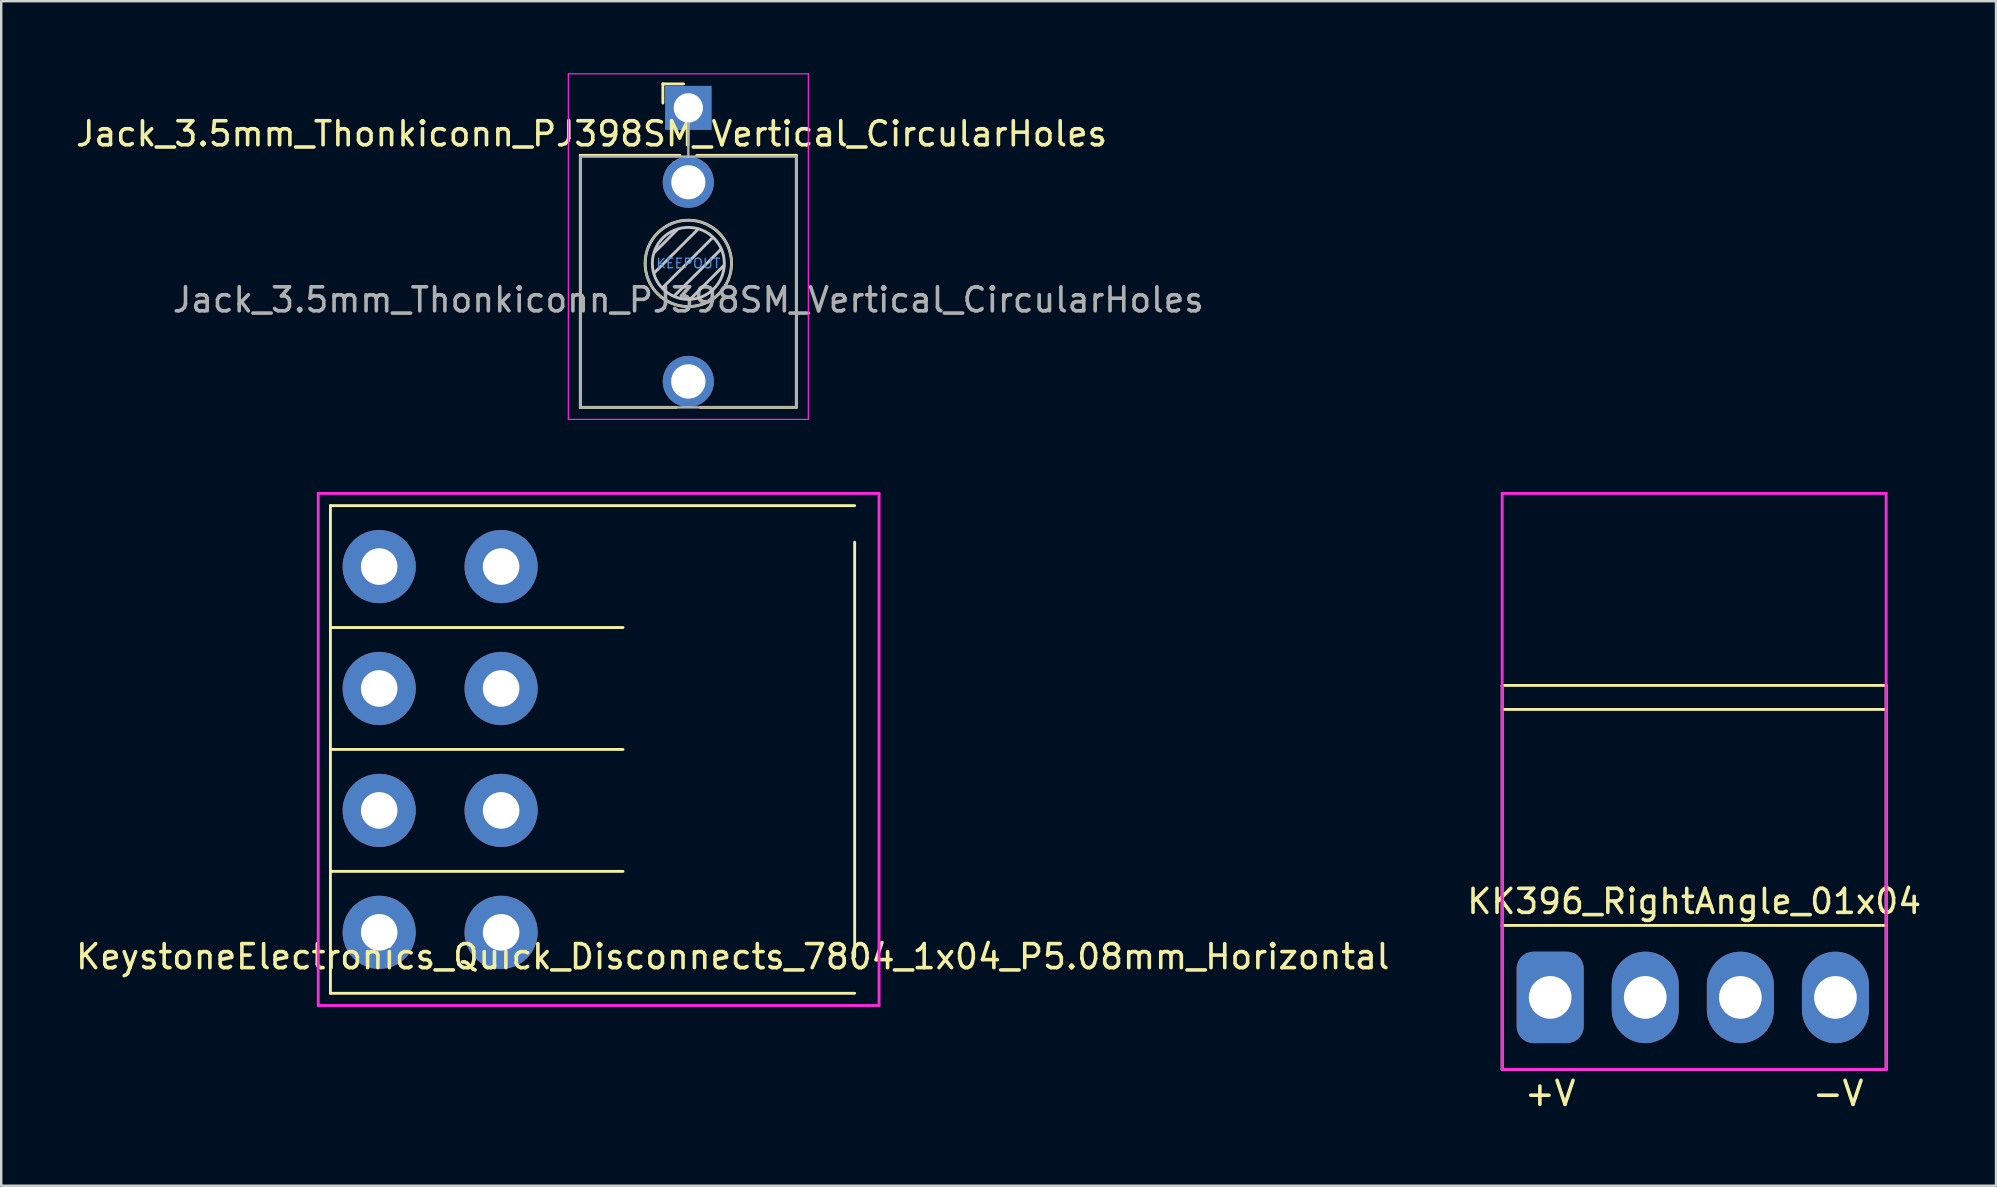
<source format=kicad_pcb>
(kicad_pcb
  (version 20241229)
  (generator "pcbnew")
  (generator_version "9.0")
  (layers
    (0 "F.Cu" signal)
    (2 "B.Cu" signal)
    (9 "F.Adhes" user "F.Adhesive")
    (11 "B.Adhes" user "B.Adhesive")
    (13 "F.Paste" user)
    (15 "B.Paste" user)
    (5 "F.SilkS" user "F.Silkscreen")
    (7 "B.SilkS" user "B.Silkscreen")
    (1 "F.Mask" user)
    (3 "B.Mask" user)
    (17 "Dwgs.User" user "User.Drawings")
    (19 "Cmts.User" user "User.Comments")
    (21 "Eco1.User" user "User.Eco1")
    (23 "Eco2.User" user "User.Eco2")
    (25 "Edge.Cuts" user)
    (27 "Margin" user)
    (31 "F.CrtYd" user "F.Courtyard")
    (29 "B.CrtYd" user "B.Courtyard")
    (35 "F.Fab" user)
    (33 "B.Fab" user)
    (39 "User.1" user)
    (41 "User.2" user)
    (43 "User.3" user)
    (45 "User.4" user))
  (footprint "Jack_3.5mm_Thonkiconn_PJ398SM_Vertical_CircularHoles"
    (layer "F.Cu")
    (at 25.631 1.445)
    (property "Reference" "Jack_3.5mm_Thonkiconn_PJ398SM_Vertical_CircularHoles" (at -4.03 1.08 180) (layer "F.SilkS") (effects (font (size 1 1) (thickness 0.15))))
    (attr through_hole)
    (fp_line (start -4.5 1.98) (end -4.5 12.48) (stroke (width 0.12) (type solid)) (layer "F.SilkS"))
    (fp_line (start -1.06 -1) (end -1.06 -0.2) (stroke (width 0.12) (type solid)) (layer "F.SilkS"))
    (fp_line (start -1.06 -1) (end -0.2 -1) (stroke (width 0.12) (type solid)) (layer "F.SilkS"))
    (fp_line (start -0.5 12.48) (end -4.5 12.48) (stroke (width 0.12) (type solid)) (layer "F.SilkS"))
    (fp_line (start -0.35 1.98) (end -4.5 1.98) (stroke (width 0.12) (type solid)) (layer "F.SilkS"))
    (fp_line (start 4.5 1.98) (end 0.35 1.98) (stroke (width 0.12) (type solid)) (layer "F.SilkS"))
    (fp_line (start 4.5 1.98) (end 4.5 12.48) (stroke (width 0.12) (type solid)) (layer "F.SilkS"))
    (fp_line (start 4.5 12.48) (end 0.5 12.48) (stroke (width 0.12) (type solid)) (layer "F.SilkS"))
    (fp_circle (center 0 6.48) (end 1.8 6.48) (stroke (width 0.12) (type solid)) (fill no) (layer "F.SilkS"))
    (fp_line (start -1.42 6.875) (end 0.4 5.06) (stroke (width 0.12) (type solid)) (layer "Dwgs.User"))
    (fp_line (start -1.41 6.02) (end -0.46 5.07) (stroke (width 0.12) (type solid)) (layer "Dwgs.User"))
    (fp_line (start -1.07 7.49) (end 1.01 5.41) (stroke (width 0.12) (type solid)) (layer "Dwgs.User"))
    (fp_line (start -0.58 7.83) (end 1.36 5.89) (stroke (width 0.12) (type solid)) (layer "Dwgs.User"))
    (fp_line (start 0.09 7.96) (end 1.48 6.57) (stroke (width 0.12) (type solid)) (layer "Dwgs.User"))
    (fp_circle (center 0 6.48) (end 1.5 6.48) (stroke (width 0.12) (type solid)) (fill no) (layer "Dwgs.User"))
    (fp_line (start -5 12.98) (end -5 -1.42) (stroke (width 0.05) (type solid)) (layer "F.CrtYd"))
    (fp_line (start 5 -1.42) (end -5 -1.42) (stroke (width 0.05) (type solid)) (layer "F.CrtYd"))
    (fp_line (start 5 12.98) (end -5 12.98) (stroke (width 0.05) (type solid)) (layer "F.CrtYd"))
    (fp_line (start 5 12.98) (end 5 -1.42) (stroke (width 0.05) (type solid)) (layer "F.CrtYd"))
    (fp_line (start -4.5 12.48) (end -4.5 2.08) (stroke (width 0.1) (type solid)) (layer "F.Fab"))
    (fp_line (start 0 0) (end 0 2.03) (stroke (width 0.1) (type solid)) (layer "F.Fab"))
    (fp_line (start 4.5 2.03) (end -4.5 2.03) (stroke (width 0.1) (type solid)) (layer "F.Fab"))
    (fp_line (start 4.5 12.48) (end -4.5 12.48) (stroke (width 0.1) (type solid)) (layer "F.Fab"))
    (fp_line (start 4.5 12.48) (end 4.5 2.08) (stroke (width 0.1) (type solid)) (layer "F.Fab"))
    (fp_circle (center 0 6.48) (end 1.8 6.48) (stroke (width 0.1) (type solid)) (fill no) (layer "F.Fab"))
    (fp_text user "KEEPOUT" (at 0 6.48 0) (layer "Cmts.User") (effects (font (size 0.4 0.4) (thickness 0.051))))
    (fp_text user "${REFERENCE}" (at 0 8 180) (layer "F.Fab") (effects (font (size 1 1) (thickness 0.15))))
    (pad "1" thru_hole rect (at 0 0 180) (size 1.93 1.83) (drill 1.22) (layers "*.Cu" "*.Mask"))
    (pad "2" thru_hole circle (at 0 3.1 180) (size 2.13 2.13) (drill 1.42) (layers "*.Cu" "*.Mask"))
    (pad "3" thru_hole circle (at 0 11.4 180) (size 2.13 2.13) (drill 1.43) (layers "*.Cu" "*.Mask")))
  (footprint "KeystoneElectronics_Quick_Disconnects_7804_1x04_P5.08mm_Horizontal"
    (layer "F.Cu")
    (at 12.75 20.558)
    (property "Reference" "KeystoneElectronics_Quick_Disconnects_7804_1x04_P5.08mm_Horizontal" (at 14.732 16.256 180) (layer "F.SilkS") (effects (font (size 1 1) (thickness 0.15))))
    (attr through_hole)
    (fp_line (start -2.032 -2.54) (end -2.032 17.78) (stroke (width 0.12) (type solid)) (layer "F.SilkS"))
    (fp_line (start -2.032 -2.54) (end 19.812 -2.54) (stroke (width 0.12) (type solid)) (layer "F.SilkS"))
    (fp_line (start -2.032 2.54) (end 10.16 2.54) (stroke (width 0.12) (type solid)) (layer "F.SilkS"))
    (fp_line (start -2.032 7.62) (end 10.16 7.62) (stroke (width 0.12) (type solid)) (layer "F.SilkS"))
    (fp_line (start -2.032 12.7) (end 10.16 12.7) (stroke (width 0.12) (type solid)) (layer "F.SilkS"))
    (fp_line (start -2.032 17.78) (end 19.812 17.78) (stroke (width 0.12) (type solid)) (layer "F.SilkS"))
    (fp_line (start 19.812 -1.016) (end 19.812 16.256) (stroke (width 0.12) (type solid)) (layer "F.SilkS"))
    (fp_line (start -2.54 -3.048) (end -2.54 18.288) (stroke (width 0.12) (type solid)) (layer "F.CrtYd"))
    (fp_line (start -2.54 -3.048) (end 20.828 -3.048) (stroke (width 0.12) (type solid)) (layer "F.CrtYd"))
    (fp_line (start -2.54 18.288) (end 20.828 18.288) (stroke (width 0.12) (type solid)) (layer "F.CrtYd"))
    (fp_line (start 20.828 -3.048) (end 20.828 18.288) (stroke (width 0.12) (type solid)) (layer "F.CrtYd"))
    (pad "1" thru_hole circle (at 0 0) (size 3.048 3.048) (drill 1.524) (layers "*.Cu" "*.Mask"))
    (pad "1" thru_hole circle (at 5.08 0) (size 3.048 3.048) (drill 1.524) (layers "*.Cu" "*.Mask"))
    (pad "2" thru_hole circle (at 0 5.08) (size 3.048 3.048) (drill 1.524) (layers "*.Cu" "*.Mask"))
    (pad "2" thru_hole circle (at 5.08 5.08) (size 3.048 3.048) (drill 1.524) (layers "*.Cu" "*.Mask"))
    (pad "3" thru_hole circle (at 0 10.16) (size 3.048 3.048) (drill 1.524) (layers "*.Cu" "*.Mask"))
    (pad "3" thru_hole circle (at 5.08 10.16) (size 3.048 3.048) (drill 1.524) (layers "*.Cu" "*.Mask"))
    (pad "4" thru_hole circle (at 0 15.24) (size 3.048 3.048) (drill 1.524) (layers "*.Cu" "*.Mask"))
    (pad "4" thru_hole circle (at 5.08 15.24) (size 3.048 3.048) (drill 1.524) (layers "*.Cu" "*.Mask")))
  (footprint "KK396_RightAngle_01x04"
    (layer "F.Cu")
    (at 61.542 38.51)
    (property "Reference" "KK396_RightAngle_01x04" (at 6 -4 0) (layer "F.SilkS") (effects (font (size 1 1) (thickness 0.15))))
    (attr through_hole)
    (fp_line (start -2 -13) (end 14 -13) (stroke (width 0.12) (type solid)) (layer "F.SilkS"))
    (fp_line (start -2 -12) (end 14 -12) (stroke (width 0.12) (type solid)) (layer "F.SilkS"))
    (fp_line (start -2 -3) (end -2 -13) (stroke (width 0.12) (type solid)) (layer "F.SilkS"))
    (fp_line (start -2 -3) (end -2 3) (stroke (width 0.12) (type solid)) (layer "F.SilkS"))
    (fp_line (start -2 3) (end 14 3) (stroke (width 0.12) (type solid)) (layer "F.SilkS"))
    (fp_line (start 14 -13) (end 14 -3) (stroke (width 0.12) (type solid)) (layer "F.SilkS"))
    (fp_line (start 14 -3) (end -2 -3) (stroke (width 0.12) (type solid)) (layer "F.SilkS"))
    (fp_line (start 14 3) (end 14 -3) (stroke (width 0.12) (type solid)) (layer "F.SilkS"))
    (fp_line (start -2 -21) (end 14 -21) (stroke (width 0.12) (type solid)) (layer "F.CrtYd"))
    (fp_line (start -2 -3) (end -2 -21) (stroke (width 0.12) (type solid)) (layer "F.CrtYd"))
    (fp_line (start -2 3) (end -2 -3) (stroke (width 0.12) (type solid)) (layer "F.CrtYd"))
    (fp_line (start 14 -21) (end 14 3) (stroke (width 0.12) (type solid)) (layer "F.CrtYd"))
    (fp_line (start 14 3) (end -2 3) (stroke (width 0.12) (type solid)) (layer "F.CrtYd"))
    (fp_text user "+V" (at 0 4 0) (layer "F.SilkS") (effects (font (size 1 1) (thickness 0.15))))
    (fp_text user "-V" (at 12 4 0) (layer "F.SilkS") (effects (font (size 1 1) (thickness 0.15))))
    (pad "1" thru_hole roundrect (at 0 0) (size 2.794 3.81) (drill 1.778) (layers "*.Cu" "*.Mask") (roundrect_rratio 0.25))
    (pad "2" thru_hole oval (at 3.962 0) (size 2.794 3.81) (drill 1.778) (layers "*.Cu" "*.Mask"))
    (pad "3" thru_hole oval (at 7.925 0) (size 2.794 3.81) (drill 1.778) (layers "*.Cu" "*.Mask"))
    (pad "4" thru_hole oval (at 11.887 0) (size 2.794 3.81) (drill 1.778) (layers "*.Cu" "*.Mask")))
  (gr_rect
    (start -3 -3)
    (end 80.119 46.358)
    (stroke (width 0.1) (type default))
    (fill no)
    (layer "Edge.Cuts")))
</source>
